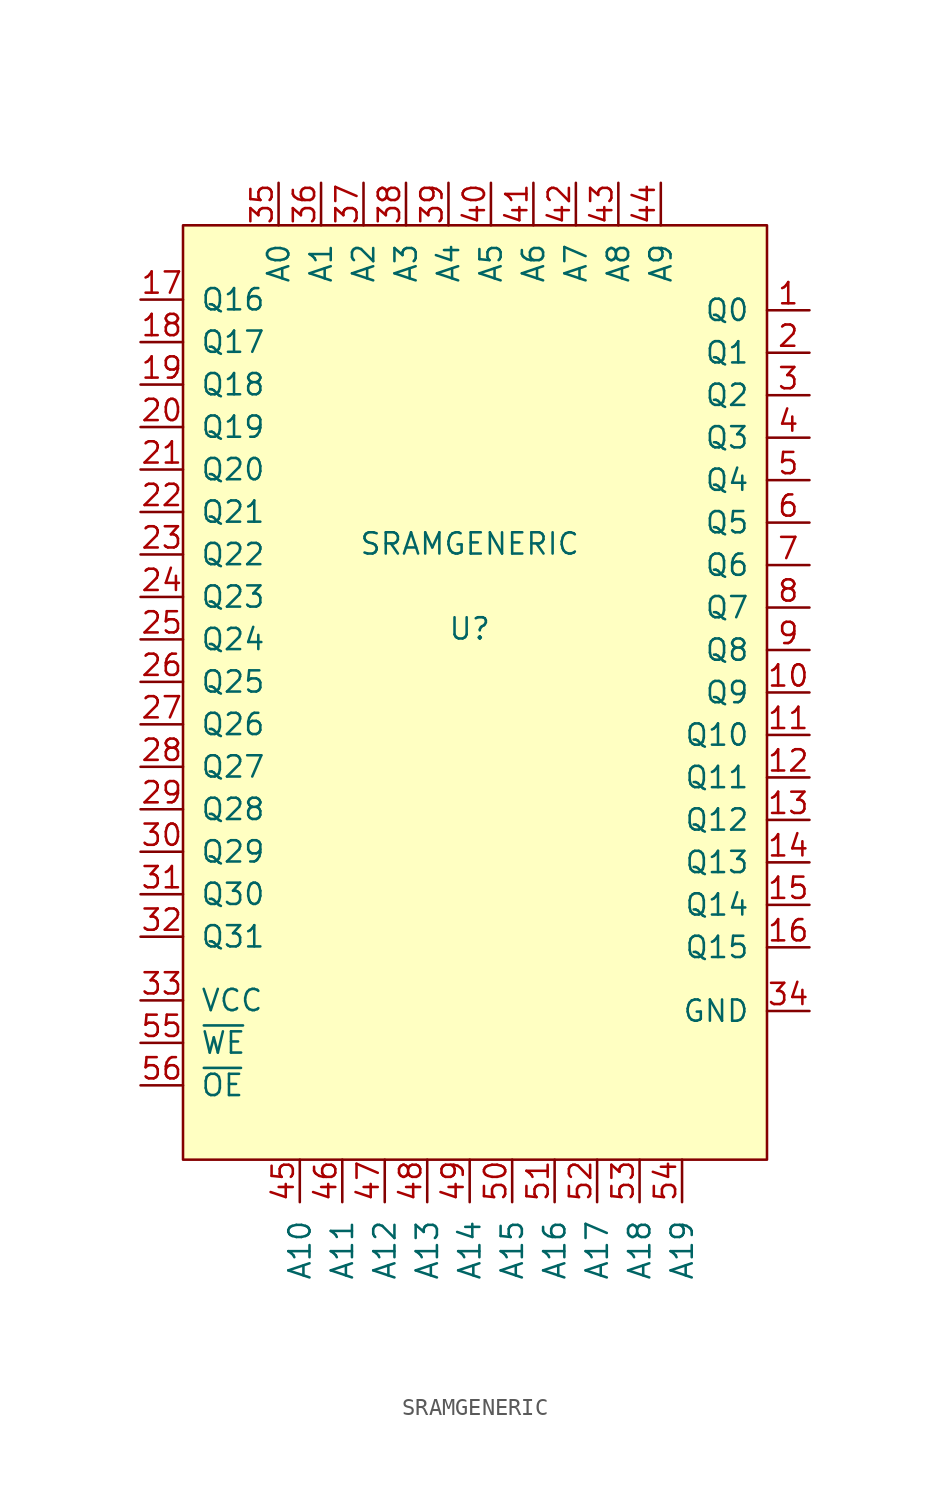
<source format=kicad_sym>
(kicad_symbol_lib
  (version 20231120)
  (generator "kicad_symbol_editor")
  (generator_version "8.0")
  (symbol "SRAMGENERIC"
    (pin_names
      (offset 1.016))
    (property "Reference" "U"
      (at 0 1.27 0)
      (effects (font (size 1.27 1.27))))
    (property "Value" "SRAMGENERIC"
      (at 0 6.35 0)
      (effects (font (size 1.27 1.27))))
    (symbol "SRAMGENERIC_0_1"
      (rectangle (start -17.145 25.4) (end 17.78 -30.48) (stroke (width 0) (type solid)) (fill (type background))))
    (symbol "SRAMGENERIC_1_1"
      (pin tri_state line (at 20.32 20.32 180) (length 2.54) (name "Q0" (effects (font (size 1.27 1.27)))) (number "1" (effects (font (size 1.27 1.27)))))
      (pin tri_state line (at 20.32 -2.54 180) (length 2.54) (name "Q9" (effects (font (size 1.27 1.27)))) (number "10" (effects (font (size 1.27 1.27)))))
      (pin tri_state line (at 20.32 -5.08 180) (length 2.54) (name "Q10" (effects (font (size 1.27 1.27)))) (number "11" (effects (font (size 1.27 1.27)))))
      (pin tri_state line (at 20.32 -7.62 180) (length 2.54) (name "Q11" (effects (font (size 1.27 1.27)))) (number "12" (effects (font (size 1.27 1.27)))))
      (pin tri_state line (at 20.32 -10.16 180) (length 2.54) (name "Q12" (effects (font (size 1.27 1.27)))) (number "13" (effects (font (size 1.27 1.27)))))
      (pin tri_state line (at 20.32 -12.7 180) (length 2.54) (name "Q13" (effects (font (size 1.27 1.27)))) (number "14" (effects (font (size 1.27 1.27)))))
      (pin tri_state line (at 20.32 -15.24 180) (length 2.54) (name "Q14" (effects (font (size 1.27 1.27)))) (number "15" (effects (font (size 1.27 1.27)))))
      (pin tri_state line (at 20.32 -17.78 180) (length 2.54) (name "Q15" (effects (font (size 1.27 1.27)))) (number "16" (effects (font (size 1.27 1.27)))))
      (pin tri_state line (at -19.685 20.955 0) (length 2.54) (name "Q16" (effects (font (size 1.27 1.27)))) (number "17" (effects (font (size 1.27 1.27)))))
      (pin tri_state line (at -19.685 18.415 0) (length 2.54) (name "Q17" (effects (font (size 1.27 1.27)))) (number "18" (effects (font (size 1.27 1.27)))))
      (pin tri_state line (at -19.685 15.875 0) (length 2.54) (name "Q18" (effects (font (size 1.27 1.27)))) (number "19" (effects (font (size 1.27 1.27)))))
      (pin tri_state line (at 20.32 17.78 180) (length 2.54) (name "Q1" (effects (font (size 1.27 1.27)))) (number "2" (effects (font (size 1.27 1.27)))))
      (pin tri_state line (at -19.685 13.335 0) (length 2.54) (name "Q19" (effects (font (size 1.27 1.27)))) (number "20" (effects (font (size 1.27 1.27)))))
      (pin tri_state line (at -19.685 10.795 0) (length 2.54) (name "Q20" (effects (font (size 1.27 1.27)))) (number "21" (effects (font (size 1.27 1.27)))))
      (pin tri_state line (at -19.685 8.255 0) (length 2.54) (name "Q21" (effects (font (size 1.27 1.27)))) (number "22" (effects (font (size 1.27 1.27)))))
      (pin tri_state line (at -19.685 5.715 0) (length 2.54) (name "Q22" (effects (font (size 1.27 1.27)))) (number "23" (effects (font (size 1.27 1.27)))))
      (pin tri_state line (at -19.685 3.175 0) (length 2.54) (name "Q23" (effects (font (size 1.27 1.27)))) (number "24" (effects (font (size 1.27 1.27)))))
      (pin tri_state line (at -19.685 0.635 0) (length 2.54) (name "Q24" (effects (font (size 1.27 1.27)))) (number "25" (effects (font (size 1.27 1.27)))))
      (pin tri_state line (at -19.685 -1.905 0) (length 2.54) (name "Q25" (effects (font (size 1.27 1.27)))) (number "26" (effects (font (size 1.27 1.27)))))
      (pin tri_state line (at -19.685 -4.445 0) (length 2.54) (name "Q26" (effects (font (size 1.27 1.27)))) (number "27" (effects (font (size 1.27 1.27)))))
      (pin tri_state line (at -19.685 -6.985 0) (length 2.54) (name "Q27" (effects (font (size 1.27 1.27)))) (number "28" (effects (font (size 1.27 1.27)))))
      (pin tri_state line (at -19.685 -9.525 0) (length 2.54) (name "Q28" (effects (font (size 1.27 1.27)))) (number "29" (effects (font (size 1.27 1.27)))))
      (pin tri_state line (at 20.32 15.24 180) (length 2.54) (name "Q2" (effects (font (size 1.27 1.27)))) (number "3" (effects (font (size 1.27 1.27)))))
      (pin tri_state line (at -19.685 -12.065 0) (length 2.54) (name "Q29" (effects (font (size 1.27 1.27)))) (number "30" (effects (font (size 1.27 1.27)))))
      (pin tri_state line (at -19.685 -14.605 0) (length 2.54) (name "Q30" (effects (font (size 1.27 1.27)))) (number "31" (effects (font (size 1.27 1.27)))))
      (pin tri_state line (at -19.685 -17.145 0) (length 2.54) (name "Q31" (effects (font (size 1.27 1.27)))) (number "32" (effects (font (size 1.27 1.27)))))
      (pin power_in line (at -19.685 -20.955 0) (length 2.54) (name "VCC" (effects (font (size 1.27 1.27)))) (number "33" (effects (font (size 1.27 1.27)))))
      (pin power_in line (at 20.32 -21.59 180) (length 2.54) (name "GND" (effects (font (size 1.27 1.27)))) (number "34" (effects (font (size 1.27 1.27)))))
      (pin input line (at -11.43 27.94 270) (length 2.54) (name "A0" (effects (font (size 1.27 1.27)))) (number "35" (effects (font (size 1.27 1.27)))))
      (pin input line (at -8.89 27.94 270) (length 2.54) (name "A1" (effects (font (size 1.27 1.27)))) (number "36" (effects (font (size 1.27 1.27)))))
      (pin input line (at -6.35 27.94 270) (length 2.54) (name "A2" (effects (font (size 1.27 1.27)))) (number "37" (effects (font (size 1.27 1.27)))))
      (pin input line (at -3.81 27.94 270) (length 2.54) (name "A3" (effects (font (size 1.27 1.27)))) (number "38" (effects (font (size 1.27 1.27)))))
      (pin input line (at -1.27 27.94 270) (length 2.54) (name "A4" (effects (font (size 1.27 1.27)))) (number "39" (effects (font (size 1.27 1.27)))))
      (pin tri_state line (at 20.32 12.7 180) (length 2.54) (name "Q3" (effects (font (size 1.27 1.27)))) (number "4" (effects (font (size 1.27 1.27)))))
      (pin input line (at 1.27 27.94 270) (length 2.54) (name "A5" (effects (font (size 1.27 1.27)))) (number "40" (effects (font (size 1.27 1.27)))))
      (pin input line (at 3.81 27.94 270) (length 2.54) (name "A6" (effects (font (size 1.27 1.27)))) (number "41" (effects (font (size 1.27 1.27)))))
      (pin input line (at 6.35 27.94 270) (length 2.54) (name "A7" (effects (font (size 1.27 1.27)))) (number "42" (effects (font (size 1.27 1.27)))))
      (pin input line (at 8.89 27.94 270) (length 2.54) (name "A8" (effects (font (size 1.27 1.27)))) (number "43" (effects (font (size 1.27 1.27)))))
      (pin input line (at 11.43 27.94 270) (length 2.54) (name "A9" (effects (font (size 1.27 1.27)))) (number "44" (effects (font (size 1.27 1.27)))))
      (pin input line (at -10.16 -30.48 270) (length 2.54) (name "A10" (effects (font (size 1.27 1.27)))) (number "45" (effects (font (size 1.27 1.27)))))
      (pin input line (at -7.62 -30.48 270) (length 2.54) (name "A11" (effects (font (size 1.27 1.27)))) (number "46" (effects (font (size 1.27 1.27)))))
      (pin input line (at -5.08 -30.48 270) (length 2.54) (name "A12" (effects (font (size 1.27 1.27)))) (number "47" (effects (font (size 1.27 1.27)))))
      (pin input line (at -2.54 -30.48 270) (length 2.54) (name "A13" (effects (font (size 1.27 1.27)))) (number "48" (effects (font (size 1.27 1.27)))))
      (pin input line (at 0 -30.48 270) (length 2.54) (name "A14" (effects (font (size 1.27 1.27)))) (number "49" (effects (font (size 1.27 1.27)))))
      (pin tri_state line (at 20.32 10.16 180) (length 2.54) (name "Q4" (effects (font (size 1.27 1.27)))) (number "5" (effects (font (size 1.27 1.27)))))
      (pin input line (at 2.54 -30.48 270) (length 2.54) (name "A15" (effects (font (size 1.27 1.27)))) (number "50" (effects (font (size 1.27 1.27)))))
      (pin input line (at 5.08 -30.48 270) (length 2.54) (name "A16" (effects (font (size 1.27 1.27)))) (number "51" (effects (font (size 1.27 1.27)))))
      (pin input line (at 7.62 -30.48 270) (length 2.54) (name "A17" (effects (font (size 1.27 1.27)))) (number "52" (effects (font (size 1.27 1.27)))))
      (pin input line (at 10.16 -30.48 270) (length 2.54) (name "A18" (effects (font (size 1.27 1.27)))) (number "53" (effects (font (size 1.27 1.27)))))
      (pin input line (at 12.7 -30.48 270) (length 2.54) (name "A19" (effects (font (size 1.27 1.27)))) (number "54" (effects (font (size 1.27 1.27)))))
      (pin input line (at -19.685 -23.495 0) (length 2.54) (name "~{WE}" (effects (font (size 1.27 1.27)))) (number "55" (effects (font (size 1.27 1.27)))))
      (pin input line (at -19.685 -26.035 0) (length 2.54) (name "~{OE}" (effects (font (size 1.27 1.27)))) (number "56" (effects (font (size 1.27 1.27)))))
      (pin tri_state line (at 20.32 7.62 180) (length 2.54) (name "Q5" (effects (font (size 1.27 1.27)))) (number "6" (effects (font (size 1.27 1.27)))))
      (pin tri_state line (at 20.32 5.08 180) (length 2.54) (name "Q6" (effects (font (size 1.27 1.27)))) (number "7" (effects (font (size 1.27 1.27)))))
      (pin tri_state line (at 20.32 2.54 180) (length 2.54) (name "Q7" (effects (font (size 1.27 1.27)))) (number "8" (effects (font (size 1.27 1.27)))))
      (pin tri_state line (at 20.32 0 180) (length 2.54) (name "Q8" (effects (font (size 1.27 1.27)))) (number "9" (effects (font (size 1.27 1.27))))))))
</source>
